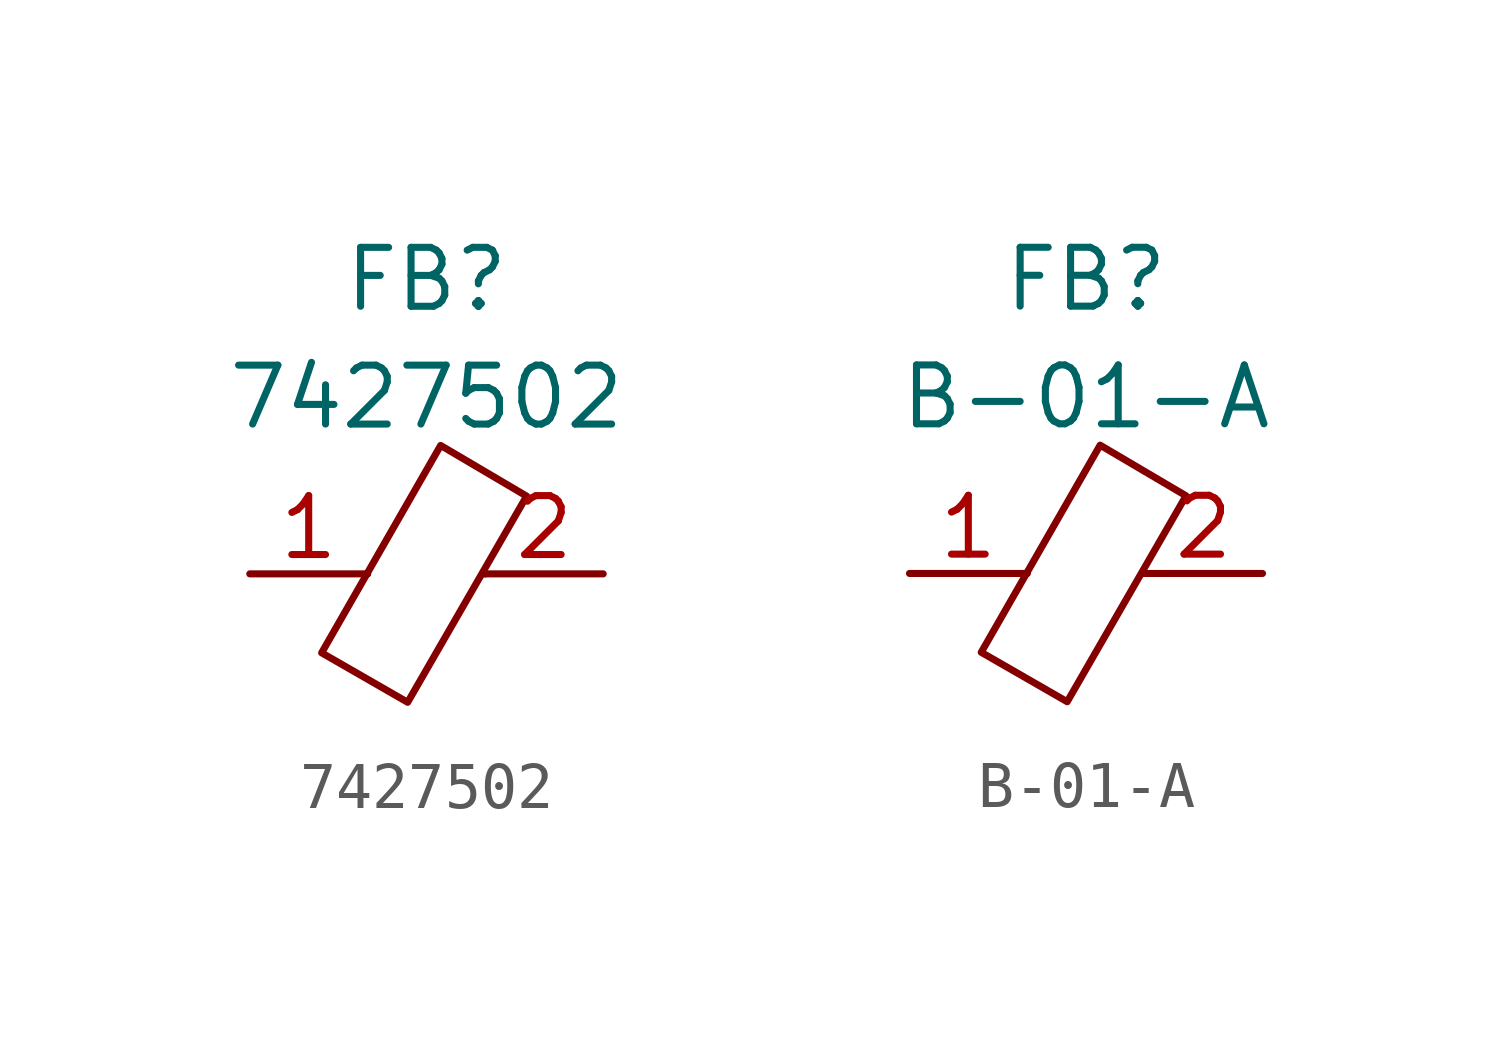
<source format=kicad_sym>
(kicad_symbol_lib
  (version 20211014)
  (generator kicad_symbol_editor)
  (symbol "7427502"
    (pin_names
      (offset 1.016))
    (property "Reference" "FB"
      (at 0 6.35 0)
      (effects (font (size 1.27 1.27))))
    (property "Value" "7427502"
      (at 0 3.81 0)
      (effects (font (size 1.27 1.27))))
    (symbol "7427502_1_1"
      (polyline (pts (xy -1.27 0) (xy -1.295 0)) (stroke (width 0) (type default) (color 0 0 0 0)) (fill (type none)))
      (polyline (pts (xy 1.27 0) (xy 1.219 0)) (stroke (width 0) (type default) (color 0 0 0 0)) (fill (type none)))
      (polyline (pts (xy -0.406 -2.769) (xy -2.261 -1.702) (xy 0.305 2.769) (xy 2.159 1.676) (xy -0.406 -2.769)) (stroke (width 0) (type default) (color 0 0 0 0)) (fill (type none)))
      (pin passive line (at -3.81 0 0) (length 2.54) (name "~" (effects (font (size 1.27 1.27)))) (number "1" (effects (font (size 1.27 1.27)))))
      (pin passive line (at 3.81 0 180) (length 2.54) (name "~" (effects (font (size 1.27 1.27)))) (number "2" (effects (font (size 1.27 1.27)))))))
  (symbol "B-01-A"
    (pin_names
      (offset 1.016))
    (property "Reference" "FB"
      (at 0 6.35 0)
      (effects (font (size 1.27 1.27))))
    (property "Value" "B-01-A"
      (at 0 3.81 0)
      (effects (font (size 1.27 1.27))))
    (symbol "B-01-A_1_1"
      (polyline (pts (xy -1.27 0) (xy -1.295 0)) (stroke (width 0) (type default) (color 0 0 0 0)) (fill (type none)))
      (polyline (pts (xy 1.27 0) (xy 1.219 0)) (stroke (width 0) (type default) (color 0 0 0 0)) (fill (type none)))
      (polyline (pts (xy -0.406 -2.769) (xy -2.261 -1.702) (xy 0.305 2.769) (xy 2.159 1.676) (xy -0.406 -2.769)) (stroke (width 0) (type default) (color 0 0 0 0)) (fill (type none)))
      (pin passive line (at -3.81 0 0) (length 2.54) (name "~" (effects (font (size 1.27 1.27)))) (number "1" (effects (font (size 1.27 1.27)))))
      (pin passive line (at 3.81 0 180) (length 2.54) (name "~" (effects (font (size 1.27 1.27)))) (number "2" (effects (font (size 1.27 1.27))))))))
</source>
